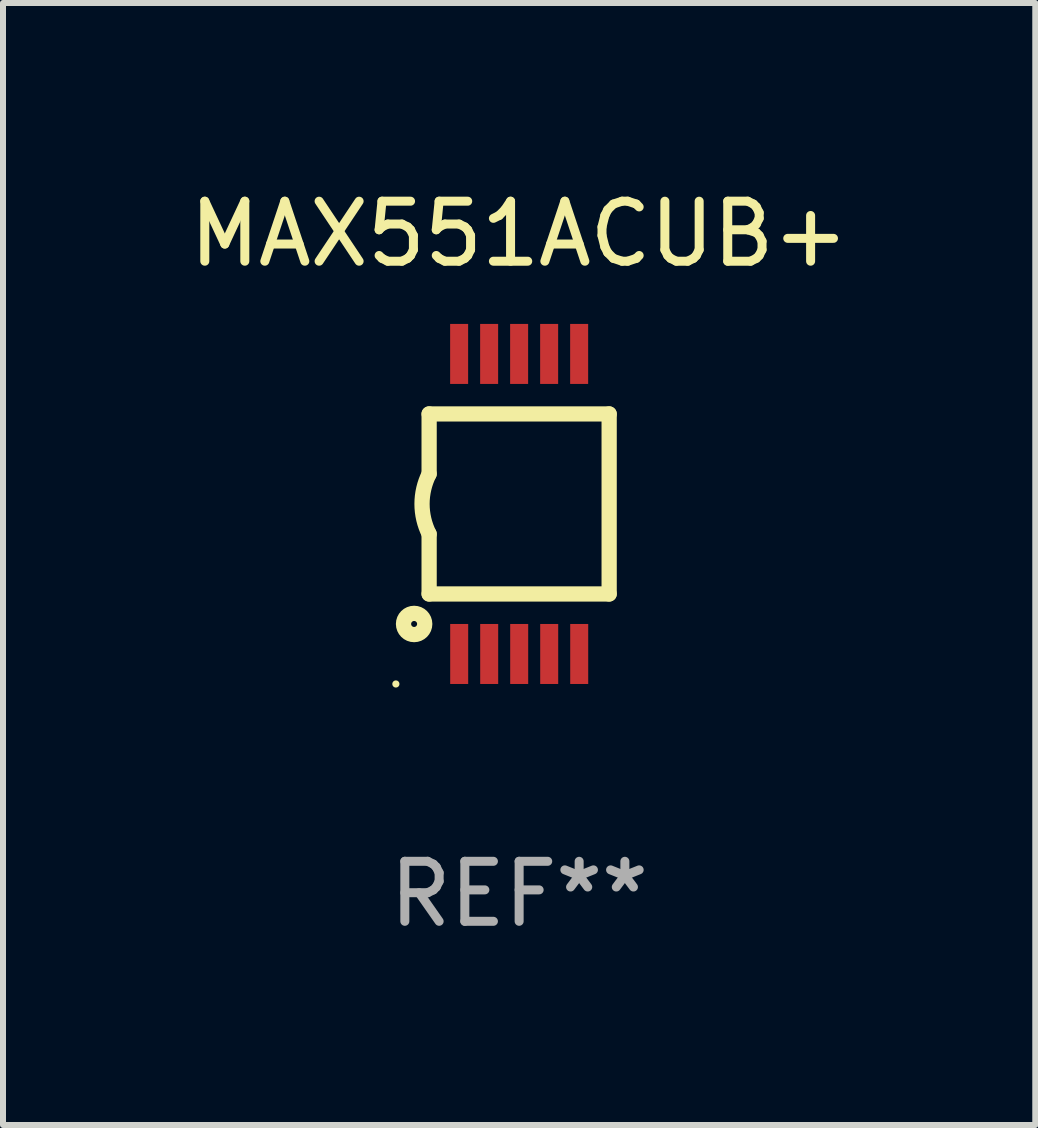
<source format=kicad_pcb>
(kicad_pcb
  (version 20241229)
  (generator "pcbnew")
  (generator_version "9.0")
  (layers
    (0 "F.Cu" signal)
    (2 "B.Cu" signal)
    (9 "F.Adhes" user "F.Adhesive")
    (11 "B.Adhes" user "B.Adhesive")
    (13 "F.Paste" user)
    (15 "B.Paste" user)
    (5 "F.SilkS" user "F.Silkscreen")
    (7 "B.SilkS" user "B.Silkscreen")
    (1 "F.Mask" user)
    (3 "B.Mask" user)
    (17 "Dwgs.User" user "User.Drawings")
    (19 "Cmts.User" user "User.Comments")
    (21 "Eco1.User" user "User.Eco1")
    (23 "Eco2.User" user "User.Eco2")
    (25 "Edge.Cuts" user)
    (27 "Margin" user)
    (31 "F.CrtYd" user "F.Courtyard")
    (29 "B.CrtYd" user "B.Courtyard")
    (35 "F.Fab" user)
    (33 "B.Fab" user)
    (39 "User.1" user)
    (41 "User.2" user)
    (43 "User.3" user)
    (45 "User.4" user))
  (footprint "MAX551ACUB+"
    (layer "F.Cu")
    (at 5.601 5.348)
    (property "Reference" "MAX551ACUB+" (at 0 -4.5 0) (layer "F.SilkS") (effects (font (size 1 1) (thickness 0.15))))
    (attr through_hole)
    (fp_line (start -1.5 -1.5) (end -1.5 -0.5) (stroke (width 0.254) (type solid)) (layer "F.SilkS"))
    (fp_line (start -1.5 1.5) (end -1.5 0.5) (stroke (width 0.254) (type solid)) (layer "F.SilkS"))
    (fp_line (start -1.5 1.5) (end 1.5 1.5) (stroke (width 0.254) (type solid)) (layer "F.SilkS"))
    (fp_line (start 1.5 1.5) (end 1.5 -1.5) (stroke (width 0.254) (type solid)) (layer "F.SilkS"))
    (fp_line (start 1.5 -1.5) (end -1.5 -1.5) (stroke (width 0.254) (type solid)) (layer "F.SilkS"))
    (fp_arc (start -1.500165 0.499873) (mid -1.618199 -0.000127) (end -1.500165 -0.500127) (stroke (width 0.254001) (type solid)) (layer "F.SilkS"))
    (fp_circle (center -2.054 3) (end -2.024 3) (stroke (width 0.06) (type solid)) (fill no) (layer "F.SilkS"))
    (fp_circle (center -1.75 2) (end -1.573 2) (stroke (width 0.254) (type solid)) (fill no) (layer "F.SilkS"))
    (fp_text user "REF**" (at 0 6.5 0) (layer "F.Fab") (effects (font (size 1 1) (thickness 0.15))))
    (pad "1" smd rect (at -0.999 2.5 180) (size 0.3 1) (layers "F.Cu" "F.Mask" "F.Paste"))
    (pad "2" smd rect (at -0.499 2.5 180) (size 0.3 1) (layers "F.Cu" "F.Mask" "F.Paste"))
    (pad "3" smd rect (at 0.001 2.5 180) (size 0.3 1) (layers "F.Cu" "F.Mask" "F.Paste"))
    (pad "4" smd rect (at 0.501 2.5 180) (size 0.3 1) (layers "F.Cu" "F.Mask" "F.Paste"))
    (pad "5" smd rect (at 1.001 2.5 180) (size 0.3 1) (layers "F.Cu" "F.Mask" "F.Paste"))
    (pad "6" smd rect (at 1 -2.5 180) (size 0.3 1) (layers "F.Cu" "F.Mask" "F.Paste"))
    (pad "7" smd rect (at 0.5 -2.5 180) (size 0.3 1) (layers "F.Cu" "F.Mask" "F.Paste"))
    (pad "8" smd rect (at -0.000165 -2.5 180) (size 0.3 1) (layers "F.Cu" "F.Mask" "F.Paste"))
    (pad "9" smd rect (at -0.5 -2.5 180) (size 0.3 1) (layers "F.Cu" "F.Mask" "F.Paste"))
    (pad "10" smd rect (at -1 -2.5 180) (size 0.3 1) (layers "F.Cu" "F.Mask" "F.Paste")))
  (gr_rect
    (start -3 -3)
    (end 14.202 15.697)
    (stroke (width 0.1) (type default))
    (fill no)
    (layer "Edge.Cuts")))
</source>
